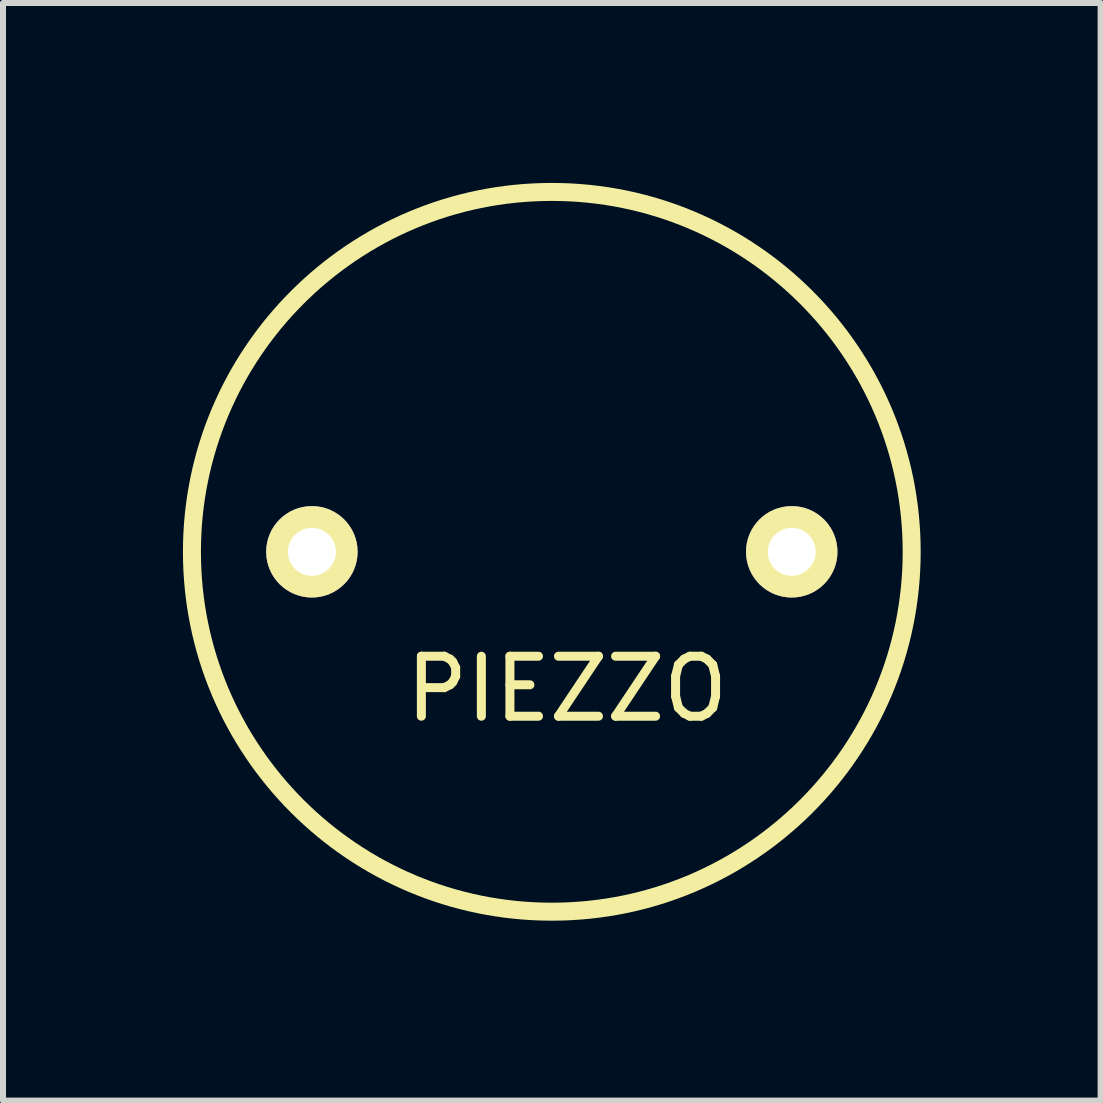
<source format=kicad_pcb>
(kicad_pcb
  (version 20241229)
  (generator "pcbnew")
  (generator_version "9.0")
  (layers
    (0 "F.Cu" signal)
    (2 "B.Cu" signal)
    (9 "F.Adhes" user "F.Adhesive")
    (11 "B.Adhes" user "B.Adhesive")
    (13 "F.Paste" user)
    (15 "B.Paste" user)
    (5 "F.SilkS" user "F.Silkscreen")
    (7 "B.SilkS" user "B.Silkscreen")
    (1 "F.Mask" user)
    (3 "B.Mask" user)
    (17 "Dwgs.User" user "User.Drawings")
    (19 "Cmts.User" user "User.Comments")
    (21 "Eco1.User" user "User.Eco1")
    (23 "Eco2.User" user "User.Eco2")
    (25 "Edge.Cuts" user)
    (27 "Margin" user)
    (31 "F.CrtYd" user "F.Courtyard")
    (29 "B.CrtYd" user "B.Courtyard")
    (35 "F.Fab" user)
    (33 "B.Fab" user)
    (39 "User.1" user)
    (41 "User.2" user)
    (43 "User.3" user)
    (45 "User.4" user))
  (footprint "PIEZZO"
    (layer "F.Cu")
    (at 6.15 6.15)
    (property "Reference" "PIEZZO" (at 0.254 2.286 0) (layer "F.SilkS") (effects (font (size 1 1) (thickness 0.15))))
    (attr through_hole)
    (fp_circle (center 0 0) (end 6 0) (stroke (width 0.3) (type solid)) (fill no) (layer "F.SilkS"))
    (pad "1" thru_hole circle (at 4 0) (size 1.524 1.524) (drill 0.8) (layers "*.Cu" "*.Mask" "F.SilkS"))
    (pad "2" thru_hole circle (at -4 0) (size 1.524 1.524) (drill 0.8) (layers "*.Cu" "*.Mask" "F.SilkS")))
  (gr_rect
    (start -3 -3)
    (end 15.3 15.3)
    (stroke (width 0.1) (type default))
    (fill no)
    (layer "Edge.Cuts")))
</source>
